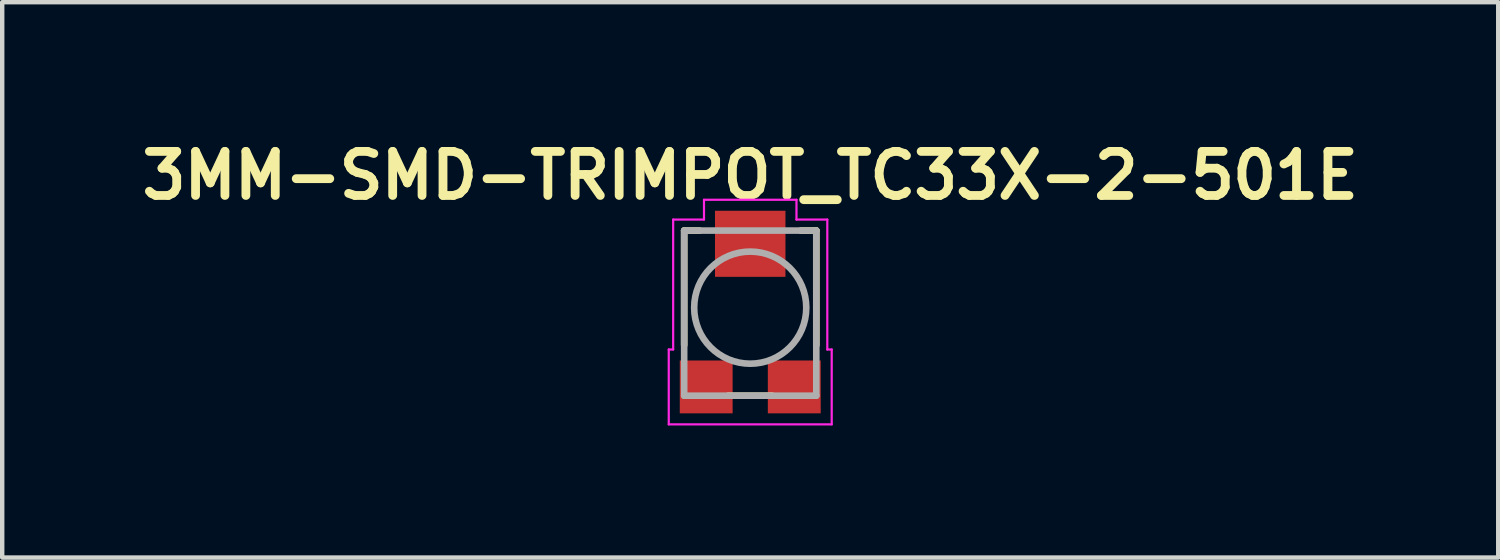
<source format=kicad_pcb>
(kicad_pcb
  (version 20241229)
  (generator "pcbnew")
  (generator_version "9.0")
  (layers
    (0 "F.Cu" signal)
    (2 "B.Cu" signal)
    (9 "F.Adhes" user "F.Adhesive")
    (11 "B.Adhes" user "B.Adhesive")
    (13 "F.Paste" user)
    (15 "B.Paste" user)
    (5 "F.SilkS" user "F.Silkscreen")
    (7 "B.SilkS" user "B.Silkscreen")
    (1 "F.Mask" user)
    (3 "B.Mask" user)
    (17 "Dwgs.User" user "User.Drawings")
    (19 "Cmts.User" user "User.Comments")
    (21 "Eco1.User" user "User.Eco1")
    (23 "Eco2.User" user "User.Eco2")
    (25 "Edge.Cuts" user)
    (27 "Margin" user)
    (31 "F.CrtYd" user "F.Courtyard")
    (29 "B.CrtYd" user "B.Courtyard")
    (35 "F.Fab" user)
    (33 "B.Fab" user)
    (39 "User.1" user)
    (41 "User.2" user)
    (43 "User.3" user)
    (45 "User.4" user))
  (footprint "3MM-SMD-TRIMPOT_TC33X-2-501E"
    (layer "F.Cu")
    (at 13.986 3.936)
    (property "Reference" "3MM-SMD-TRIMPOT_TC33X-2-501E" (at 0 -3 0) (layer "F.SilkS") (effects (font (size 1 1) (thickness 0.2))))
    (attr smd)
    (fp_line (start -1.5 -1.75) (end -1.15 -1.75) (stroke (width 0.15) (type solid)) (layer "F.SilkS"))
    (fp_line (start -1.5 0.85) (end -1.5 -1.75) (stroke (width 0.15) (type solid)) (layer "F.SilkS"))
    (fp_line (start -0.5 2) (end 0.5 2) (stroke (width 0.15) (type solid)) (layer "F.SilkS"))
    (fp_line (start 1.5 -1.75) (end 1.15 -1.75) (stroke (width 0.15) (type solid)) (layer "F.SilkS"))
    (fp_line (start 1.5 0.85) (end 1.5 -1.75) (stroke (width 0.15) (type solid)) (layer "F.SilkS"))
    (fp_line (start -1.85 0.95) (end -1.75 0.95) (stroke (width 0.05) (type solid)) (layer "F.CrtYd"))
    (fp_line (start -1.85 2.65) (end -1.85 0.95) (stroke (width 0.05) (type solid)) (layer "F.CrtYd"))
    (fp_line (start -1.75 -2) (end -1.05 -2) (stroke (width 0.05) (type solid)) (layer "F.CrtYd"))
    (fp_line (start -1.75 0.95) (end -1.75 -2) (stroke (width 0.05) (type solid)) (layer "F.CrtYd"))
    (fp_line (start -1.05 -2.45) (end 1.05 -2.45) (stroke (width 0.05) (type solid)) (layer "F.CrtYd"))
    (fp_line (start -1.05 -2) (end -1.05 -2.45) (stroke (width 0.05) (type solid)) (layer "F.CrtYd"))
    (fp_line (start 1.05 -2.45) (end 1.05 -2) (stroke (width 0.05) (type solid)) (layer "F.CrtYd"))
    (fp_line (start 1.05 -2) (end 1.75 -2) (stroke (width 0.05) (type solid)) (layer "F.CrtYd"))
    (fp_line (start 1.75 -2) (end 1.75 0.95) (stroke (width 0.05) (type solid)) (layer "F.CrtYd"))
    (fp_line (start 1.75 0.95) (end 1.85 0.95) (stroke (width 0.05) (type solid)) (layer "F.CrtYd"))
    (fp_line (start 1.85 0.95) (end 1.85 2.65) (stroke (width 0.05) (type solid)) (layer "F.CrtYd"))
    (fp_line (start 1.85 2.65) (end -1.85 2.65) (stroke (width 0.05) (type solid)) (layer "F.CrtYd"))
    (fp_line (start -1.5 -1.75) (end -1.5 2) (stroke (width 0.15) (type solid)) (layer "F.Fab"))
    (fp_line (start -1.5 -1.75) (end 1.5 -1.75) (stroke (width 0.15) (type solid)) (layer "F.Fab"))
    (fp_line (start -1.5 2) (end 1.5 2) (stroke (width 0.15) (type solid)) (layer "F.Fab"))
    (fp_line (start 1.5 -1.75) (end 1.5 2) (stroke (width 0.15) (type solid)) (layer "F.Fab"))
    (fp_circle (center 0 0) (end -0.9 0.9) (stroke (width 0.15) (type solid)) (fill no) (layer "F.Fab"))
    (pad "1" smd rect (at -1 1.8) (size 1.2 1.2) (layers "F.Cu" "F.Mask" "F.Paste"))
    (pad "2" smd rect (at 0 -1.45) (size 1.6 1.5) (layers "F.Cu" "F.Mask" "F.Paste"))
    (pad "3" smd rect (at 1 1.8) (size 1.2 1.2) (layers "F.Cu" "F.Mask" "F.Paste")))
  (gr_rect
    (start -3 -3)
    (end 30.971 9.611)
    (stroke (width 0.1) (type default))
    (fill no)
    (layer "Edge.Cuts")))
</source>
